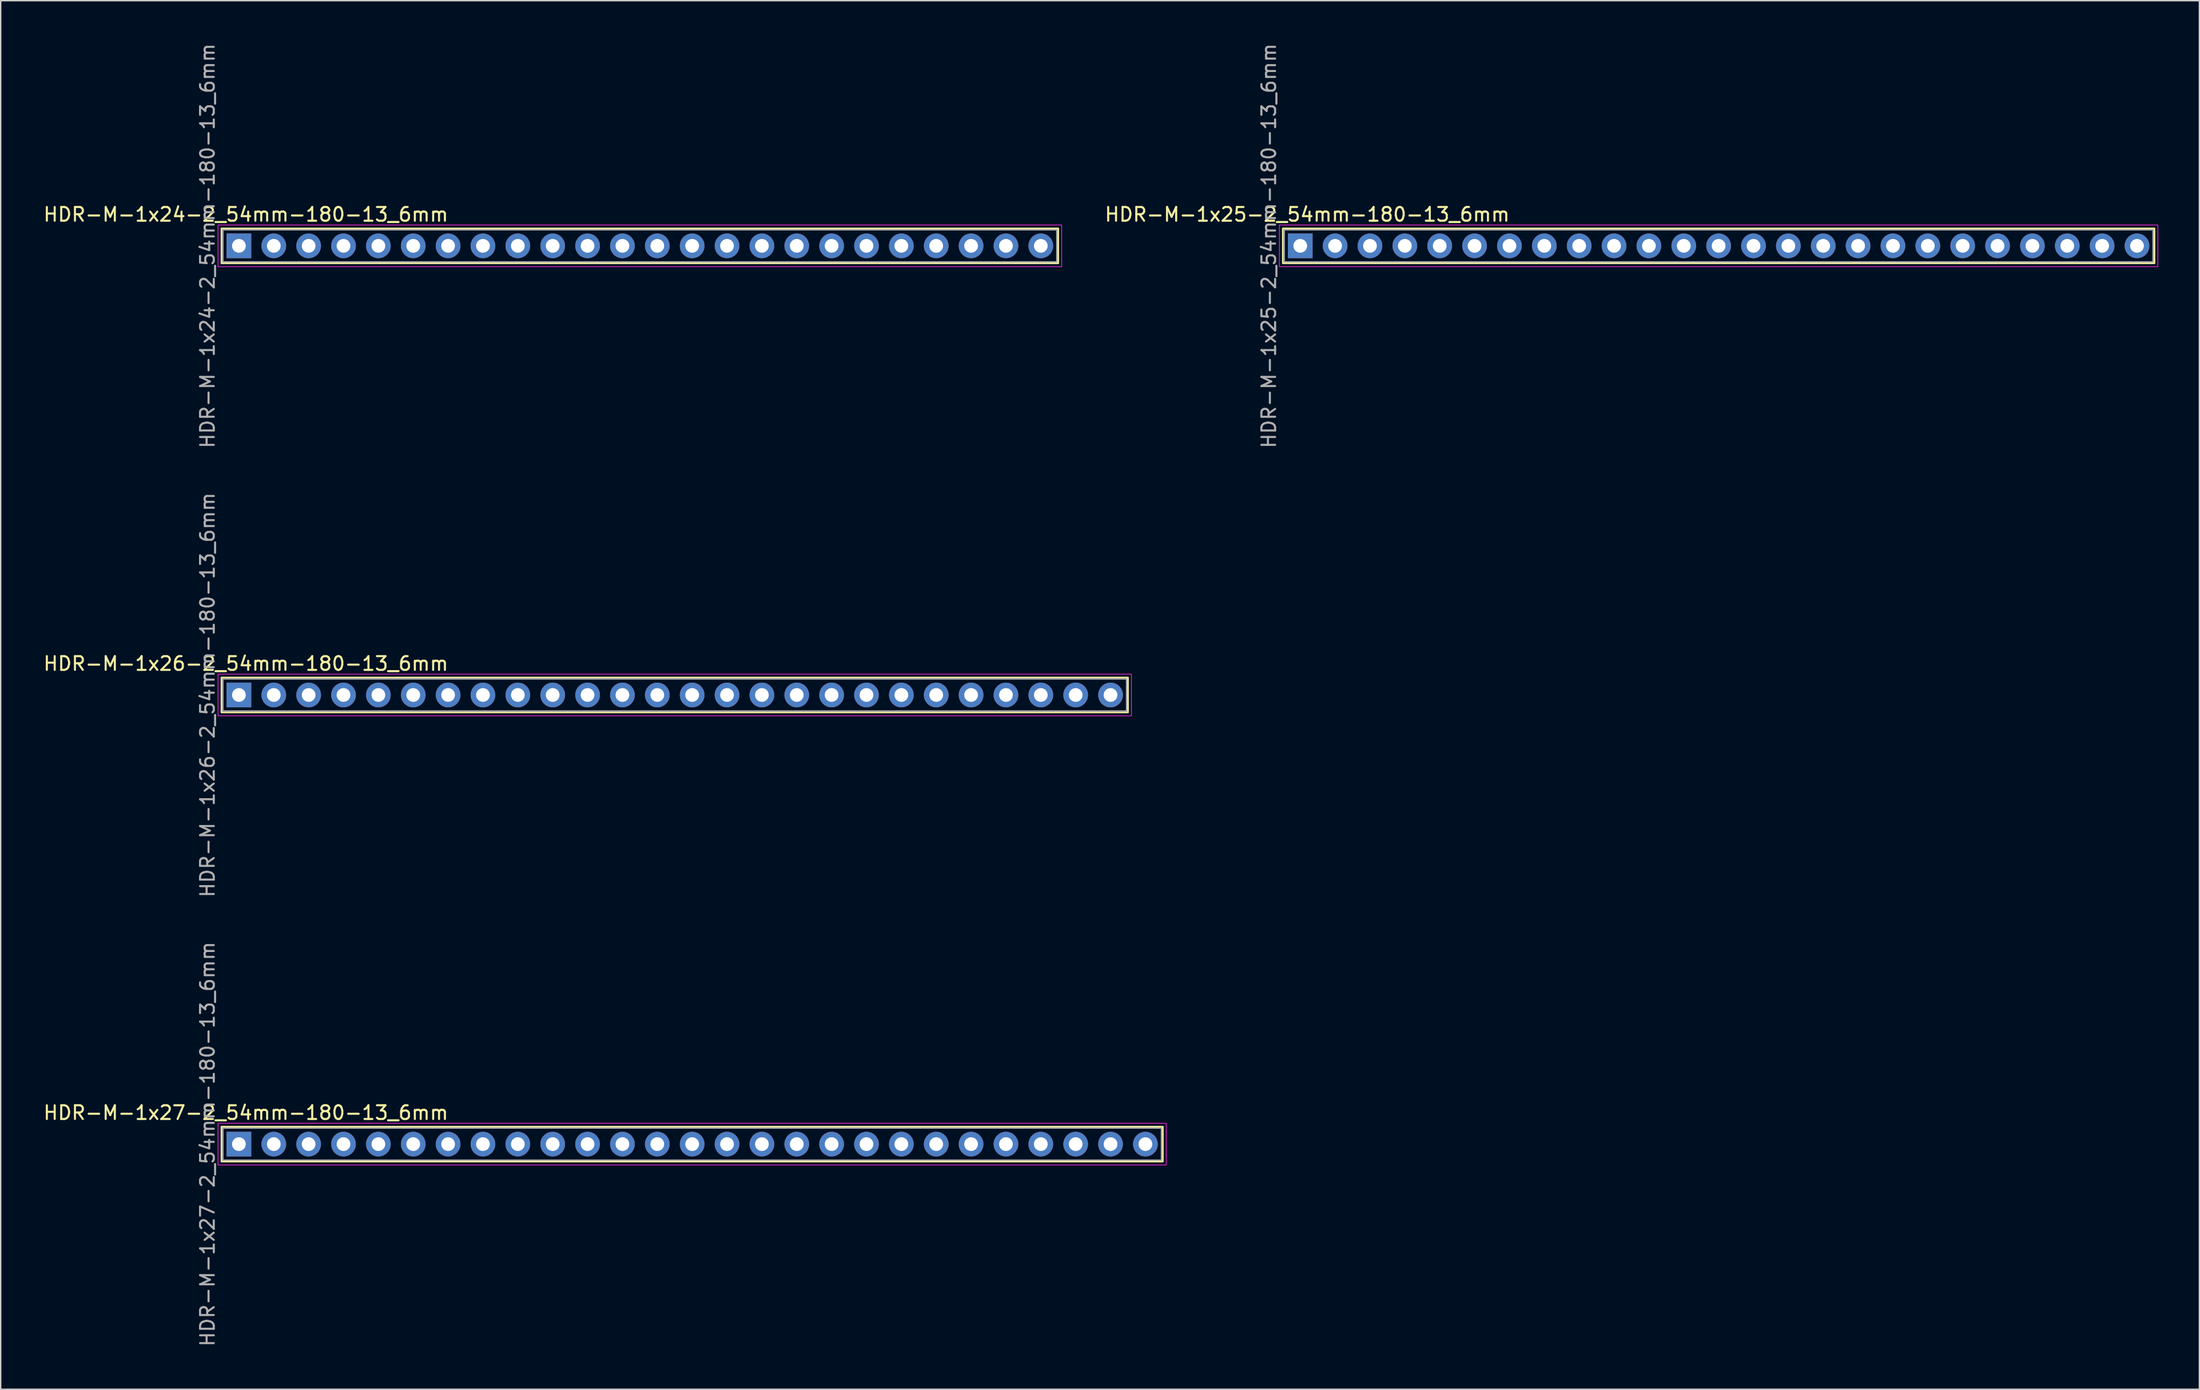
<source format=kicad_pcb>
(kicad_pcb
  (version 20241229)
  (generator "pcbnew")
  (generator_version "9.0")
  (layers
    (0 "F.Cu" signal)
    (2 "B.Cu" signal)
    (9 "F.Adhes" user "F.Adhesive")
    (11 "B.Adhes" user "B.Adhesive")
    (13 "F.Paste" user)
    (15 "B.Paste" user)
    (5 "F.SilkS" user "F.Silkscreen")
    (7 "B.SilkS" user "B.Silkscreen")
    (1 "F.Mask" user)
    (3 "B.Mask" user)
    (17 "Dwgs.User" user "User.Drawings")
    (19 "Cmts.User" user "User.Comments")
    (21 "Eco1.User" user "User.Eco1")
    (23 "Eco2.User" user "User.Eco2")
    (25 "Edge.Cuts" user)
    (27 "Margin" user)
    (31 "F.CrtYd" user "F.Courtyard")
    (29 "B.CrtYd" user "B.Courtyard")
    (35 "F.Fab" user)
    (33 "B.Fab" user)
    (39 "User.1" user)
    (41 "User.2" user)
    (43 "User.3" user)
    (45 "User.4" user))
  (footprint "HDR-M-1x26-2_54mm-180-13_6mm"
    (layer "F.Cu")
    (at 14.355 47.589)
    (property "Reference" "HDR-M-1x26-2_54mm-180-13_6mm" (at 0.508 -2.286 0) (unlocked yes) (layer "F.SilkS") (effects (font (size 1 1) (thickness 0.15))))
    (attr through_hole)
    (fp_rect (start -1.27 -1.27) (end 64.77 1.27) (stroke (width 0.12) (type solid)) (fill no) (layer "F.SilkS"))
    (fp_rect (start -1.52 -1.52) (end 65.02 1.52) (stroke (width 0.05) (type solid)) (fill no) (layer "F.CrtYd"))
    (fp_rect (start -1.17 -1.17) (end 64.67 1.17) (stroke (width 0.1) (type solid)) (fill no) (layer "F.Fab"))
    (fp_text user "${REFERENCE}" (at -2.286 0 90) (unlocked yes) (layer "F.Fab") (effects (font (size 1 1) (thickness 0.15))))
    (pad "1" thru_hole rect (at 0 0) (size 1.8 1.8) (drill 1) (layers "*.Cu" "*.Mask"))
    (pad "2" thru_hole circle (at 2.54 0) (size 1.8 1.8) (drill 1) (layers "*.Cu" "*.Mask"))
    (pad "3" thru_hole circle (at 5.08 0) (size 1.8 1.8) (drill 1) (layers "*.Cu" "*.Mask"))
    (pad "4" thru_hole circle (at 7.62 0) (size 1.8 1.8) (drill 1) (layers "*.Cu" "*.Mask"))
    (pad "5" thru_hole circle (at 10.16 0) (size 1.8 1.8) (drill 1) (layers "*.Cu" "*.Mask"))
    (pad "6" thru_hole circle (at 12.7 0) (size 1.8 1.8) (drill 1) (layers "*.Cu" "*.Mask"))
    (pad "7" thru_hole circle (at 15.24 0) (size 1.8 1.8) (drill 1) (layers "*.Cu" "*.Mask"))
    (pad "8" thru_hole circle (at 17.78 0) (size 1.8 1.8) (drill 1) (layers "*.Cu" "*.Mask"))
    (pad "9" thru_hole circle (at 20.32 0) (size 1.8 1.8) (drill 1) (layers "*.Cu" "*.Mask"))
    (pad "10" thru_hole circle (at 22.86 0) (size 1.8 1.8) (drill 1) (layers "*.Cu" "*.Mask"))
    (pad "11" thru_hole circle (at 25.4 0) (size 1.8 1.8) (drill 1) (layers "*.Cu" "*.Mask"))
    (pad "12" thru_hole circle (at 27.94 0) (size 1.8 1.8) (drill 1) (layers "*.Cu" "*.Mask"))
    (pad "13" thru_hole circle (at 30.48 0) (size 1.8 1.8) (drill 1) (layers "*.Cu" "*.Mask"))
    (pad "14" thru_hole circle (at 33.02 0) (size 1.8 1.8) (drill 1) (layers "*.Cu" "*.Mask"))
    (pad "15" thru_hole circle (at 35.56 0) (size 1.8 1.8) (drill 1) (layers "*.Cu" "*.Mask"))
    (pad "16" thru_hole circle (at 38.1 0) (size 1.8 1.8) (drill 1) (layers "*.Cu" "*.Mask"))
    (pad "17" thru_hole circle (at 40.64 0) (size 1.8 1.8) (drill 1) (layers "*.Cu" "*.Mask"))
    (pad "18" thru_hole circle (at 43.18 0) (size 1.8 1.8) (drill 1) (layers "*.Cu" "*.Mask"))
    (pad "19" thru_hole circle (at 45.72 0) (size 1.8 1.8) (drill 1) (layers "*.Cu" "*.Mask"))
    (pad "20" thru_hole circle (at 48.26 0) (size 1.8 1.8) (drill 1) (layers "*.Cu" "*.Mask"))
    (pad "21" thru_hole circle (at 50.8 0) (size 1.8 1.8) (drill 1) (layers "*.Cu" "*.Mask"))
    (pad "22" thru_hole circle (at 53.34 0) (size 1.8 1.8) (drill 1) (layers "*.Cu" "*.Mask"))
    (pad "23" thru_hole circle (at 55.88 0) (size 1.8 1.8) (drill 1) (layers "*.Cu" "*.Mask"))
    (pad "24" thru_hole circle (at 58.42 0) (size 1.8 1.8) (drill 1) (layers "*.Cu" "*.Mask"))
    (pad "25" thru_hole circle (at 60.96 0) (size 1.8 1.8) (drill 1) (layers "*.Cu" "*.Mask"))
    (pad "26" thru_hole circle (at 63.5 0) (size 1.8 1.8) (drill 1) (layers "*.Cu" "*.Mask")))
  (footprint "HDR-M-1x25-2_54mm-180-13_6mm"
    (layer "F.Cu")
    (at 91.675 14.863)
    (property "Reference" "HDR-M-1x25-2_54mm-180-13_6mm" (at 0.508 -2.286 0) (unlocked yes) (layer "F.SilkS") (effects (font (size 1 1) (thickness 0.15))))
    (attr through_hole)
    (fp_rect (start -1.27 -1.27) (end 62.23 1.27) (stroke (width 0.12) (type solid)) (fill no) (layer "F.SilkS"))
    (fp_rect (start -1.52 -1.52) (end 62.48 1.52) (stroke (width 0.05) (type solid)) (fill no) (layer "F.CrtYd"))
    (fp_rect (start -1.17 -1.17) (end 62.13 1.17) (stroke (width 0.1) (type solid)) (fill no) (layer "F.Fab"))
    (fp_text user "${REFERENCE}" (at -2.286 0 90) (unlocked yes) (layer "F.Fab") (effects (font (size 1 1) (thickness 0.15))))
    (pad "1" thru_hole rect (at 0 0) (size 1.8 1.8) (drill 1) (layers "*.Cu" "*.Mask"))
    (pad "2" thru_hole circle (at 2.54 0) (size 1.8 1.8) (drill 1) (layers "*.Cu" "*.Mask"))
    (pad "3" thru_hole circle (at 5.08 0) (size 1.8 1.8) (drill 1) (layers "*.Cu" "*.Mask"))
    (pad "4" thru_hole circle (at 7.62 0) (size 1.8 1.8) (drill 1) (layers "*.Cu" "*.Mask"))
    (pad "5" thru_hole circle (at 10.16 0) (size 1.8 1.8) (drill 1) (layers "*.Cu" "*.Mask"))
    (pad "6" thru_hole circle (at 12.7 0) (size 1.8 1.8) (drill 1) (layers "*.Cu" "*.Mask"))
    (pad "7" thru_hole circle (at 15.24 0) (size 1.8 1.8) (drill 1) (layers "*.Cu" "*.Mask"))
    (pad "8" thru_hole circle (at 17.78 0) (size 1.8 1.8) (drill 1) (layers "*.Cu" "*.Mask"))
    (pad "9" thru_hole circle (at 20.32 0) (size 1.8 1.8) (drill 1) (layers "*.Cu" "*.Mask"))
    (pad "10" thru_hole circle (at 22.86 0) (size 1.8 1.8) (drill 1) (layers "*.Cu" "*.Mask"))
    (pad "11" thru_hole circle (at 25.4 0) (size 1.8 1.8) (drill 1) (layers "*.Cu" "*.Mask"))
    (pad "12" thru_hole circle (at 27.94 0) (size 1.8 1.8) (drill 1) (layers "*.Cu" "*.Mask"))
    (pad "13" thru_hole circle (at 30.48 0) (size 1.8 1.8) (drill 1) (layers "*.Cu" "*.Mask"))
    (pad "14" thru_hole circle (at 33.02 0) (size 1.8 1.8) (drill 1) (layers "*.Cu" "*.Mask"))
    (pad "15" thru_hole circle (at 35.56 0) (size 1.8 1.8) (drill 1) (layers "*.Cu" "*.Mask"))
    (pad "16" thru_hole circle (at 38.1 0) (size 1.8 1.8) (drill 1) (layers "*.Cu" "*.Mask"))
    (pad "17" thru_hole circle (at 40.64 0) (size 1.8 1.8) (drill 1) (layers "*.Cu" "*.Mask"))
    (pad "18" thru_hole circle (at 43.18 0) (size 1.8 1.8) (drill 1) (layers "*.Cu" "*.Mask"))
    (pad "19" thru_hole circle (at 45.72 0) (size 1.8 1.8) (drill 1) (layers "*.Cu" "*.Mask"))
    (pad "20" thru_hole circle (at 48.26 0) (size 1.8 1.8) (drill 1) (layers "*.Cu" "*.Mask"))
    (pad "21" thru_hole circle (at 50.8 0) (size 1.8 1.8) (drill 1) (layers "*.Cu" "*.Mask"))
    (pad "22" thru_hole circle (at 53.34 0) (size 1.8 1.8) (drill 1) (layers "*.Cu" "*.Mask"))
    (pad "23" thru_hole circle (at 55.88 0) (size 1.8 1.8) (drill 1) (layers "*.Cu" "*.Mask"))
    (pad "24" thru_hole circle (at 58.42 0) (size 1.8 1.8) (drill 1) (layers "*.Cu" "*.Mask"))
    (pad "25" thru_hole circle (at 60.96 0) (size 1.8 1.8) (drill 1) (layers "*.Cu" "*.Mask")))
  (footprint "HDR-M-1x27-2_54mm-180-13_6mm"
    (layer "F.Cu")
    (at 14.355 80.315)
    (property "Reference" "HDR-M-1x27-2_54mm-180-13_6mm" (at 0.508 -2.286 0) (unlocked yes) (layer "F.SilkS") (effects (font (size 1 1) (thickness 0.15))))
    (attr through_hole)
    (fp_rect (start -1.27 -1.27) (end 67.31 1.27) (stroke (width 0.12) (type solid)) (fill no) (layer "F.SilkS"))
    (fp_rect (start -1.52 -1.52) (end 67.56 1.52) (stroke (width 0.05) (type solid)) (fill no) (layer "F.CrtYd"))
    (fp_rect (start -1.17 -1.17) (end 67.21 1.17) (stroke (width 0.1) (type solid)) (fill no) (layer "F.Fab"))
    (fp_text user "${REFERENCE}" (at -2.286 0 90) (unlocked yes) (layer "F.Fab") (effects (font (size 1 1) (thickness 0.15))))
    (pad "1" thru_hole rect (at 0 0) (size 1.8 1.8) (drill 1) (layers "*.Cu" "*.Mask"))
    (pad "2" thru_hole circle (at 2.54 0) (size 1.8 1.8) (drill 1) (layers "*.Cu" "*.Mask"))
    (pad "3" thru_hole circle (at 5.08 0) (size 1.8 1.8) (drill 1) (layers "*.Cu" "*.Mask"))
    (pad "4" thru_hole circle (at 7.62 0) (size 1.8 1.8) (drill 1) (layers "*.Cu" "*.Mask"))
    (pad "5" thru_hole circle (at 10.16 0) (size 1.8 1.8) (drill 1) (layers "*.Cu" "*.Mask"))
    (pad "6" thru_hole circle (at 12.7 0) (size 1.8 1.8) (drill 1) (layers "*.Cu" "*.Mask"))
    (pad "7" thru_hole circle (at 15.24 0) (size 1.8 1.8) (drill 1) (layers "*.Cu" "*.Mask"))
    (pad "8" thru_hole circle (at 17.78 0) (size 1.8 1.8) (drill 1) (layers "*.Cu" "*.Mask"))
    (pad "9" thru_hole circle (at 20.32 0) (size 1.8 1.8) (drill 1) (layers "*.Cu" "*.Mask"))
    (pad "10" thru_hole circle (at 22.86 0) (size 1.8 1.8) (drill 1) (layers "*.Cu" "*.Mask"))
    (pad "11" thru_hole circle (at 25.4 0) (size 1.8 1.8) (drill 1) (layers "*.Cu" "*.Mask"))
    (pad "12" thru_hole circle (at 27.94 0) (size 1.8 1.8) (drill 1) (layers "*.Cu" "*.Mask"))
    (pad "13" thru_hole circle (at 30.48 0) (size 1.8 1.8) (drill 1) (layers "*.Cu" "*.Mask"))
    (pad "14" thru_hole circle (at 33.02 0) (size 1.8 1.8) (drill 1) (layers "*.Cu" "*.Mask"))
    (pad "15" thru_hole circle (at 35.56 0) (size 1.8 1.8) (drill 1) (layers "*.Cu" "*.Mask"))
    (pad "16" thru_hole circle (at 38.1 0) (size 1.8 1.8) (drill 1) (layers "*.Cu" "*.Mask"))
    (pad "17" thru_hole circle (at 40.64 0) (size 1.8 1.8) (drill 1) (layers "*.Cu" "*.Mask"))
    (pad "18" thru_hole circle (at 43.18 0) (size 1.8 1.8) (drill 1) (layers "*.Cu" "*.Mask"))
    (pad "19" thru_hole circle (at 45.72 0) (size 1.8 1.8) (drill 1) (layers "*.Cu" "*.Mask"))
    (pad "20" thru_hole circle (at 48.26 0) (size 1.8 1.8) (drill 1) (layers "*.Cu" "*.Mask"))
    (pad "21" thru_hole circle (at 50.8 0) (size 1.8 1.8) (drill 1) (layers "*.Cu" "*.Mask"))
    (pad "22" thru_hole circle (at 53.34 0) (size 1.8 1.8) (drill 1) (layers "*.Cu" "*.Mask"))
    (pad "23" thru_hole circle (at 55.88 0) (size 1.8 1.8) (drill 1) (layers "*.Cu" "*.Mask"))
    (pad "24" thru_hole circle (at 58.42 0) (size 1.8 1.8) (drill 1) (layers "*.Cu" "*.Mask"))
    (pad "25" thru_hole circle (at 60.96 0) (size 1.8 1.8) (drill 1) (layers "*.Cu" "*.Mask"))
    (pad "26" thru_hole circle (at 63.5 0) (size 1.8 1.8) (drill 1) (layers "*.Cu" "*.Mask"))
    (pad "27" thru_hole circle (at 66.04 0) (size 1.8 1.8) (drill 1) (layers "*.Cu" "*.Mask")))
  (footprint "HDR-M-1x24-2_54mm-180-13_6mm"
    (layer "F.Cu")
    (at 14.355 14.863)
    (property "Reference" "HDR-M-1x24-2_54mm-180-13_6mm" (at 0.508 -2.286 0) (unlocked yes) (layer "F.SilkS") (effects (font (size 1 1) (thickness 0.15))))
    (attr through_hole)
    (fp_rect (start -1.27 -1.27) (end 59.69 1.27) (stroke (width 0.12) (type solid)) (fill no) (layer "F.SilkS"))
    (fp_rect (start -1.52 -1.52) (end 59.94 1.52) (stroke (width 0.05) (type solid)) (fill no) (layer "F.CrtYd"))
    (fp_rect (start -1.17 -1.17) (end 59.59 1.17) (stroke (width 0.1) (type solid)) (fill no) (layer "F.Fab"))
    (fp_text user "${REFERENCE}" (at -2.286 0 90) (unlocked yes) (layer "F.Fab") (effects (font (size 1 1) (thickness 0.15))))
    (pad "1" thru_hole rect (at 0 0) (size 1.8 1.8) (drill 1) (layers "*.Cu" "*.Mask"))
    (pad "2" thru_hole circle (at 2.54 0) (size 1.8 1.8) (drill 1) (layers "*.Cu" "*.Mask"))
    (pad "3" thru_hole circle (at 5.08 0) (size 1.8 1.8) (drill 1) (layers "*.Cu" "*.Mask"))
    (pad "4" thru_hole circle (at 7.62 0) (size 1.8 1.8) (drill 1) (layers "*.Cu" "*.Mask"))
    (pad "5" thru_hole circle (at 10.16 0) (size 1.8 1.8) (drill 1) (layers "*.Cu" "*.Mask"))
    (pad "6" thru_hole circle (at 12.7 0) (size 1.8 1.8) (drill 1) (layers "*.Cu" "*.Mask"))
    (pad "7" thru_hole circle (at 15.24 0) (size 1.8 1.8) (drill 1) (layers "*.Cu" "*.Mask"))
    (pad "8" thru_hole circle (at 17.78 0) (size 1.8 1.8) (drill 1) (layers "*.Cu" "*.Mask"))
    (pad "9" thru_hole circle (at 20.32 0) (size 1.8 1.8) (drill 1) (layers "*.Cu" "*.Mask"))
    (pad "10" thru_hole circle (at 22.86 0) (size 1.8 1.8) (drill 1) (layers "*.Cu" "*.Mask"))
    (pad "11" thru_hole circle (at 25.4 0) (size 1.8 1.8) (drill 1) (layers "*.Cu" "*.Mask"))
    (pad "12" thru_hole circle (at 27.94 0) (size 1.8 1.8) (drill 1) (layers "*.Cu" "*.Mask"))
    (pad "13" thru_hole circle (at 30.48 0) (size 1.8 1.8) (drill 1) (layers "*.Cu" "*.Mask"))
    (pad "14" thru_hole circle (at 33.02 0) (size 1.8 1.8) (drill 1) (layers "*.Cu" "*.Mask"))
    (pad "15" thru_hole circle (at 35.56 0) (size 1.8 1.8) (drill 1) (layers "*.Cu" "*.Mask"))
    (pad "16" thru_hole circle (at 38.1 0) (size 1.8 1.8) (drill 1) (layers "*.Cu" "*.Mask"))
    (pad "17" thru_hole circle (at 40.64 0) (size 1.8 1.8) (drill 1) (layers "*.Cu" "*.Mask"))
    (pad "18" thru_hole circle (at 43.18 0) (size 1.8 1.8) (drill 1) (layers "*.Cu" "*.Mask"))
    (pad "19" thru_hole circle (at 45.72 0) (size 1.8 1.8) (drill 1) (layers "*.Cu" "*.Mask"))
    (pad "20" thru_hole circle (at 48.26 0) (size 1.8 1.8) (drill 1) (layers "*.Cu" "*.Mask"))
    (pad "21" thru_hole circle (at 50.8 0) (size 1.8 1.8) (drill 1) (layers "*.Cu" "*.Mask"))
    (pad "22" thru_hole circle (at 53.34 0) (size 1.8 1.8) (drill 1) (layers "*.Cu" "*.Mask"))
    (pad "23" thru_hole circle (at 55.88 0) (size 1.8 1.8) (drill 1) (layers "*.Cu" "*.Mask"))
    (pad "24" thru_hole circle (at 58.42 0) (size 1.8 1.8) (drill 1) (layers "*.Cu" "*.Mask")))
  (gr_rect
    (start -3 -3)
    (end 157.18 98.179)
    (stroke (width 0.1) (type default))
    (fill no)
    (layer "Edge.Cuts")))
</source>
